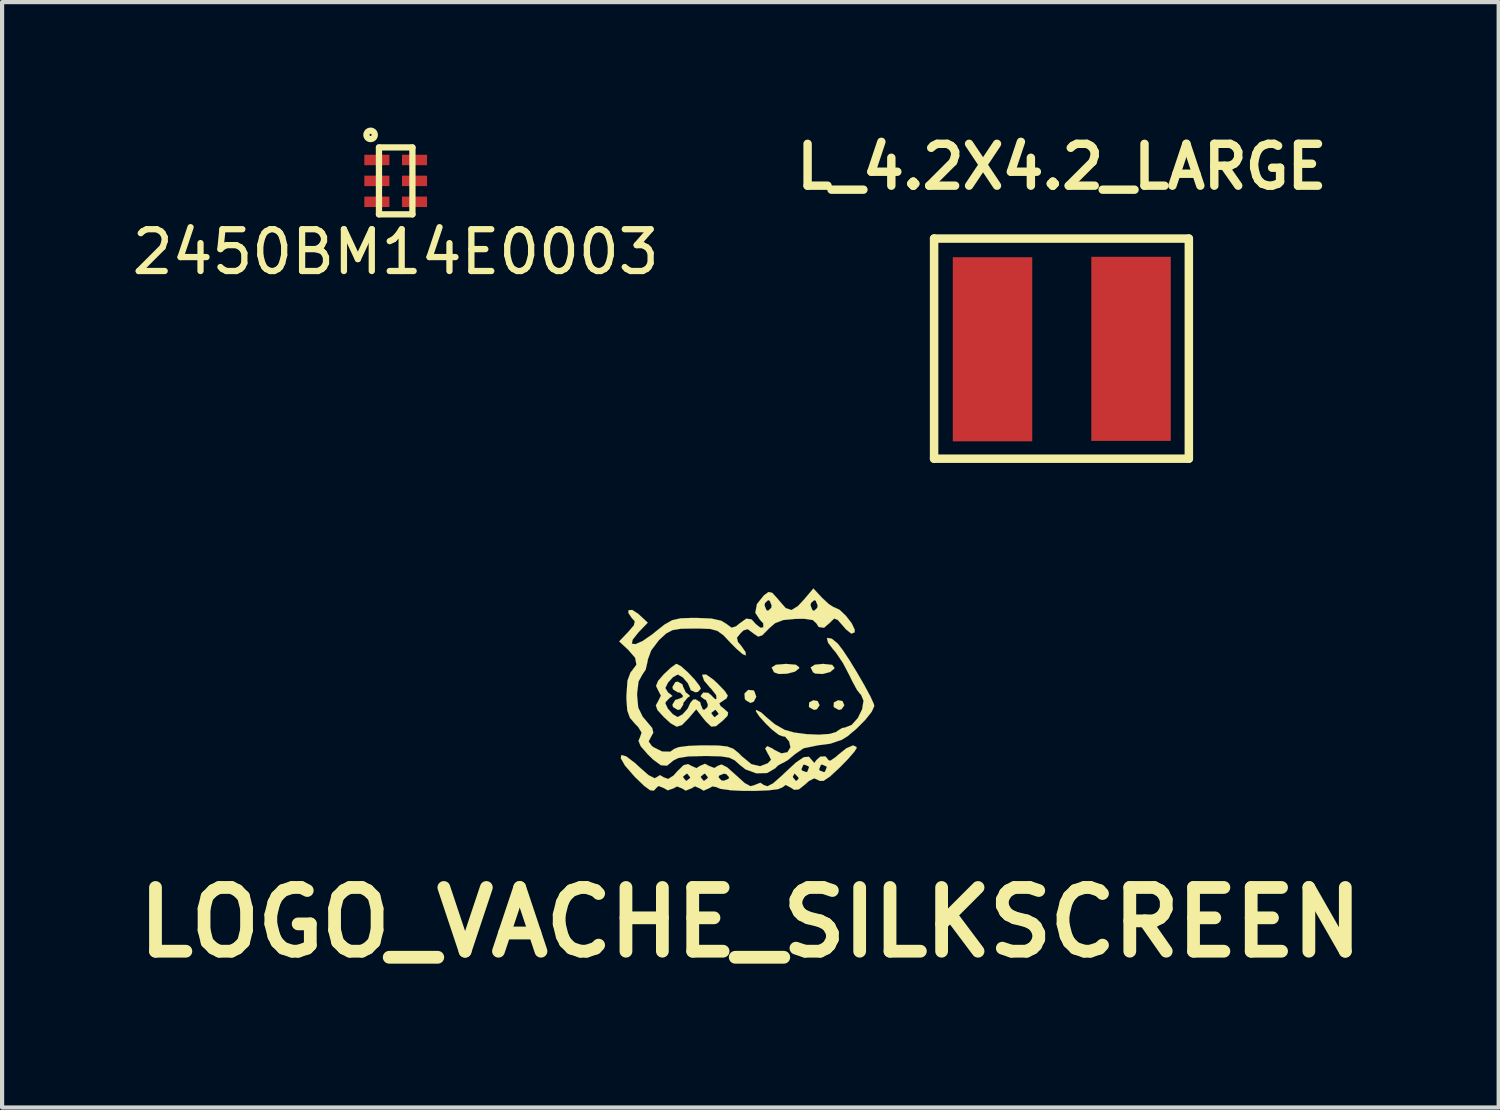
<source format=kicad_pcb>
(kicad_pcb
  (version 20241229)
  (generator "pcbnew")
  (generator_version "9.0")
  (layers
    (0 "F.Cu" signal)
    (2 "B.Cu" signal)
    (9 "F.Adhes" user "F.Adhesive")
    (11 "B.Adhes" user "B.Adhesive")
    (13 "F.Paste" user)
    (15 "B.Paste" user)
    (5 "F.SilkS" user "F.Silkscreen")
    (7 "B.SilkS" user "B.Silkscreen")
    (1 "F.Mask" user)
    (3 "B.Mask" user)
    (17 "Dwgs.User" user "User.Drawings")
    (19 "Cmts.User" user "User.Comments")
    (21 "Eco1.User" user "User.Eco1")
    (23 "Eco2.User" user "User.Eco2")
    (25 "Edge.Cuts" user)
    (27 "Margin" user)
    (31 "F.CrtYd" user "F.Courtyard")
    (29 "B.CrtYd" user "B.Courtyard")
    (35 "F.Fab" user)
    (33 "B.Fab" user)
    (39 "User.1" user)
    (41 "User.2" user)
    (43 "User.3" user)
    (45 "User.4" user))
  (footprint "LOGO_VACHE_SILKSCREEN"
    (layer "F.Cu")
    (at 14.892 13.586)
    (property "Reference" "LOGO_VACHE_SILKSCREEN" (at 0 5.418 0) (layer "F.SilkS") (effects (font (size 1.524 1.524) (thickness 0.305))))
    (attr through_hole)
    (fp_poly (pts (xy 1.654 0.226) (xy 1.59 0.32) (xy 1.524 0.338) (xy 1.412 0.277) (xy 1.4 0.259) (xy 1.405 0.16) (xy 1.506 0.107) (xy 1.608 0.127) (xy 1.654 0.226)) (stroke (width 0.003) (type solid)) (fill yes) (layer "F.SilkS"))
    (fp_poly (pts (xy 2.245 0.226) (xy 2.182 0.32) (xy 2.116 0.338) (xy 2.004 0.277) (xy 1.991 0.259) (xy 1.996 0.16) (xy 2.098 0.107) (xy 2.202 0.127) (xy 2.245 0.226)) (stroke (width 0.003) (type solid)) (fill yes) (layer "F.SilkS"))
    (fp_poly (pts (xy 0.14 0.023) (xy 0.079 0.142) (xy 0 0.17) (xy -0.109 0.107) (xy -0.132 0.076) (xy -0.142 -0.053) (xy -0.053 -0.14) (xy 0.069 -0.13) (xy 0.094 -0.109) (xy 0.14 0.023)) (stroke (width 0.003) (type solid)) (fill yes) (layer "F.SilkS"))
    (fp_poly (pts (xy 1.166 -0.681) (xy 1.163 -0.655) (xy 1.064 -0.577) (xy 0.874 -0.528) (xy 0.681 -0.521) (xy 0.566 -0.561) (xy 0.508 -0.676) (xy 0.61 -0.742) (xy 0.853 -0.762) (xy 1.087 -0.742) (xy 1.166 -0.681)) (stroke (width 0.003) (type solid)) (fill yes) (layer "F.SilkS"))
    (fp_poly (pts (xy 2.012 -0.665) (xy 2.009 -0.655) (xy 1.908 -0.569) (xy 1.725 -0.521) (xy 1.552 -0.531) (xy 1.499 -0.561) (xy 1.44 -0.678) (xy 1.542 -0.744) (xy 1.742 -0.762) (xy 1.956 -0.739) (xy 2.012 -0.665)) (stroke (width 0.003) (type solid)) (fill yes) (layer "F.SilkS"))
    (fp_poly (pts (xy -1.443 0.005) (xy -1.504 0.048) (xy -1.603 0.168) (xy -1.61 0.218) (xy -1.679 0.325) (xy -1.737 0.338) (xy -1.849 0.269) (xy -1.864 0.211) (xy -1.796 0.099) (xy -1.737 0.084) (xy -1.623 0.038) (xy -1.61 0) (xy -1.679 -0.076) (xy -1.737 -0.084) (xy -1.849 -0.152) (xy -1.864 -0.211) (xy -1.796 -0.325) (xy -1.737 -0.338) (xy -1.626 -0.274) (xy -1.61 -0.218) (xy -1.544 -0.079) (xy -1.504 -0.051) (xy -1.443 0.005)) (stroke (width 0.003) (type solid)) (fill yes) (layer "F.SilkS"))
    (fp_poly (pts (xy -0.533 0.399) (xy -0.546 0.478) (xy -0.658 0.592) (xy -0.762 0.676) (xy -0.762 0.424) (xy -0.828 0.34) (xy -0.848 0.338) (xy -0.93 0.404) (xy -0.932 0.424) (xy -0.869 0.505) (xy -0.848 0.508) (xy -0.765 0.442) (xy -0.762 0.424) (xy -0.762 0.676) (xy -0.82 0.726) (xy -0.935 0.737) (xy -1.062 0.617) (xy -1.123 0.544) (xy -1.295 0.323) (xy -1.483 0.544) (xy -1.638 0.701) (xy -1.763 0.739) (xy -1.91 0.655) (xy -2.07 0.508) (xy -2.223 0.34) (xy -2.261 0.229) (xy -2.207 0.132) (xy -2.139 -0.003) (xy -2.205 -0.13) (xy -2.256 -0.236) (xy -2.207 -0.356) (xy -2.073 -0.511) (xy -1.905 -0.668) (xy -1.783 -0.757) (xy -1.76 -0.762) (xy -1.656 -0.704) (xy -1.496 -0.561) (xy -1.333 -0.389) (xy -1.214 -0.234) (xy -1.186 -0.168) (xy -1.255 -0.094) (xy -1.313 -0.084) (xy -1.427 -0.135) (xy -1.44 -0.175) (xy -1.496 -0.302) (xy -1.615 -0.439) (xy -1.732 -0.508) (xy -1.737 -0.508) (xy -1.849 -0.447) (xy -1.971 -0.315) (xy -2.032 -0.188) (xy -2.032 -0.183) (xy -1.968 -0.076) (xy -1.928 -0.051) (xy -1.864 0.005) (xy -1.928 0.048) (xy -2.024 0.147) (xy -2.032 0.183) (xy -1.976 0.305) (xy -1.857 0.439) (xy -1.742 0.508) (xy -1.737 0.508) (xy -1.623 0.445) (xy -1.501 0.31) (xy -1.44 0.18) (xy -1.44 0.175) (xy -1.372 0.094) (xy -1.313 0.084) (xy -1.201 0.152) (xy -1.186 0.211) (xy -1.14 0.325) (xy -1.102 0.338) (xy -1.026 0.269) (xy -1.016 0.211) (xy -1.062 0.099) (xy -1.102 0.084) (xy -1.184 0.02) (xy -1.186 0) (xy -1.128 -0.076) (xy -1.008 -0.071) (xy -0.914 0.008) (xy -0.909 0.02) (xy -0.838 0.084) (xy -0.808 0.069) (xy -0.82 -0.02) (xy -0.935 -0.165) (xy -0.973 -0.203) (xy -1.107 -0.363) (xy -1.151 -0.49) (xy -1.146 -0.505) (xy -1.057 -0.508) (xy -0.889 -0.389) (xy -0.782 -0.29) (xy -0.607 -0.107) (xy -0.541 -0.003) (xy -0.572 0.064) (xy -0.632 0.104) (xy -0.744 0.18) (xy -0.714 0.246) (xy -0.635 0.307) (xy -0.533 0.399)) (stroke (width 0.003) (type solid)) (fill yes) (layer "F.SilkS"))
    (fp_poly (pts (xy 2.54 1.252) (xy 2.482 1.341) (xy 2.337 1.509) (xy 2.134 1.717) (xy 1.9 1.933) (xy 1.826 1.981) (xy 1.826 1.712) (xy 1.814 1.687) (xy 1.712 1.643) (xy 1.684 1.656) (xy 1.643 1.758) (xy 1.654 1.786) (xy 1.758 1.826) (xy 1.783 1.816) (xy 1.826 1.712) (xy 1.826 1.981) (xy 1.748 2.035) (xy 1.651 2.035) (xy 1.626 2.017) (xy 1.524 1.974) (xy 1.402 2.037) (xy 1.402 1.712) (xy 1.392 1.687) (xy 1.288 1.643) (xy 1.262 1.656) (xy 1.219 1.758) (xy 1.232 1.786) (xy 1.333 1.826) (xy 1.361 1.816) (xy 1.402 1.712) (xy 1.402 2.037) (xy 1.387 2.047) (xy 1.316 2.113) (xy 1.158 2.238) (xy 1.156 2.238) (xy 1.156 1.979) (xy 1.143 1.948) (xy 1.067 1.867) (xy 1.052 1.862) (xy 1.016 1.928) (xy 1.016 1.948) (xy 1.079 2.029) (xy 1.105 2.032) (xy 1.156 1.979) (xy 1.156 2.238) (xy 1.046 2.248) (xy 0.968 2.197) (xy 0.843 2.131) (xy 0.77 2.187) (xy 0.66 2.233) (xy 0.432 2.261) (xy 0.132 2.273) (xy -0.193 2.273) (xy -0.49 2.258) (xy -0.508 2.253) (xy -0.508 1.948) (xy -0.577 1.872) (xy -0.635 1.862) (xy -0.749 1.908) (xy -0.762 1.948) (xy -0.696 2.022) (xy -0.635 2.032) (xy -0.523 1.986) (xy -0.508 1.948) (xy -0.508 2.253) (xy -0.716 2.225) (xy -0.818 2.182) (xy -0.909 2.167) (xy -0.986 2.21) (xy -1.016 2.223) (xy -1.016 1.948) (xy -1.082 1.864) (xy -1.102 1.862) (xy -1.184 1.928) (xy -1.186 1.948) (xy -1.123 2.029) (xy -1.102 2.032) (xy -1.019 1.966) (xy -1.016 1.948) (xy -1.016 2.223) (xy -1.12 2.268) (xy -1.204 2.217) (xy -1.326 2.164) (xy -1.417 2.217) (xy -1.44 2.225) (xy -1.44 1.948) (xy -1.506 1.864) (xy -1.524 1.862) (xy -1.608 1.928) (xy -1.61 1.948) (xy -1.544 2.029) (xy -1.524 2.032) (xy -1.443 1.966) (xy -1.44 1.948) (xy -1.44 2.225) (xy -1.547 2.268) (xy -1.628 2.217) (xy -1.753 2.167) (xy -1.836 2.212) (xy -1.976 2.261) (xy -2.068 2.207) (xy -2.195 2.156) (xy -2.243 2.197) (xy -2.309 2.268) (xy -2.398 2.258) (xy -2.54 2.154) (xy -2.761 1.941) (xy -2.786 1.913) (xy -3.002 1.664) (xy -3.099 1.491) (xy -3.084 1.415) (xy -2.967 1.45) (xy -2.756 1.61) (xy -2.667 1.694) (xy -2.436 1.897) (xy -2.289 1.971) (xy -2.248 1.951) (xy -2.162 1.897) (xy -2.07 1.951) (xy -1.966 1.989) (xy -1.839 1.908) (xy -1.75 1.808) (xy -1.598 1.659) (xy -1.488 1.633) (xy -1.422 1.671) (xy -1.29 1.73) (xy -1.204 1.676) (xy -1.085 1.626) (xy -0.993 1.676) (xy -0.861 1.727) (xy -0.777 1.674) (xy -0.688 1.643) (xy -0.551 1.714) (xy -0.343 1.9) (xy -0.135 2.088) (xy 0.003 2.162) (xy 0.102 2.136) (xy 0.107 2.131) (xy 0.239 2.08) (xy 0.323 2.136) (xy 0.409 2.164) (xy 0.541 2.095) (xy 0.747 1.915) (xy 0.828 1.836) (xy 1.095 1.59) (xy 1.278 1.468) (xy 1.4 1.458) (xy 1.473 1.544) (xy 1.529 1.608) (xy 1.572 1.544) (xy 1.671 1.455) (xy 1.796 1.45) (xy 1.862 1.532) (xy 1.862 1.539) (xy 1.913 1.552) (xy 2.042 1.463) (xy 2.098 1.412) (xy 2.299 1.252) (xy 2.456 1.186) (xy 2.535 1.224) (xy 2.54 1.252)) (stroke (width 0.003) (type solid)) (fill yes) (layer "F.SilkS"))
    (fp_poly (pts (xy 2.962 0.244) (xy 2.901 0.381) (xy 2.746 0.577) (xy 2.537 0.787) (xy 2.322 0.968) (xy 2.182 1.054) (xy 1.908 1.146) (xy 1.613 1.184) (xy 1.608 1.186) (xy 1.27 1.255) (xy 1.064 1.397) (xy 0.897 1.537) (xy 0.78 1.605) (xy 0.767 1.608) (xy 0.66 1.666) (xy 0.592 1.735) (xy 0.399 1.847) (xy 0.142 1.854) (xy -0.117 1.76) (xy -0.254 1.651) (xy -0.376 1.542) (xy -0.511 1.478) (xy -0.711 1.448) (xy -1.021 1.44) (xy -1.107 1.44) (xy -1.486 1.45) (xy -1.725 1.488) (xy -1.854 1.554) (xy -1.864 1.567) (xy -1.994 1.671) (xy -2.139 1.661) (xy -2.327 1.524) (xy -2.454 1.4) (xy -2.624 1.204) (xy -2.675 1.077) (xy -2.639 0.991) (xy -2.601 0.881) (xy -2.682 0.747) (xy -2.753 0.676) (xy -2.88 0.528) (xy -2.944 0.351) (xy -2.964 0.081) (xy -2.964 -0.005) (xy -2.939 -0.363) (xy -2.863 -0.566) (xy -2.837 -0.592) (xy -2.725 -0.744) (xy -2.756 -0.909) (xy -2.924 -1.102) (xy -3.137 -1.3) (xy -2.921 -1.527) (xy -2.786 -1.684) (xy -2.764 -1.781) (xy -2.835 -1.859) (xy -2.918 -1.981) (xy -2.913 -2.047) (xy -2.824 -2.052) (xy -2.68 -1.958) (xy -2.659 -1.938) (xy -2.454 -1.748) (xy -2.675 -1.519) (xy -2.817 -1.339) (xy -2.835 -1.245) (xy -2.748 -1.234) (xy -2.578 -1.308) (xy -2.347 -1.468) (xy -2.289 -1.516) (xy -2.055 -1.702) (xy -1.872 -1.806) (xy -1.671 -1.852) (xy -1.384 -1.862) (xy -1.306 -1.862) (xy -0.935 -1.847) (xy -0.693 -1.793) (xy -0.579 -1.722) (xy -0.45 -1.628) (xy -0.345 -1.659) (xy -0.269 -1.722) (xy -0.099 -1.844) (xy 0.028 -1.826) (xy 0.13 -1.714) (xy 0.241 -1.626) (xy 0.31 -1.638) (xy 0.307 -1.732) (xy 0.224 -1.821) (xy 0.117 -1.986) (xy 0.157 -2.195) (xy 0.325 -2.403) (xy 0.434 -2.482) (xy 0.523 -2.461) (xy 0.648 -2.324) (xy 0.676 -2.289) (xy 0.843 -2.098) (xy 0.983 -2.05) (xy 1.138 -2.146) (xy 1.28 -2.299) (xy 1.506 -2.565) (xy 1.714 -2.342) (xy 1.875 -2.192) (xy 1.991 -2.118) (xy 2.004 -2.116) (xy 2.131 -2.057) (xy 2.283 -1.913) (xy 2.421 -1.735) (xy 2.494 -1.58) (xy 2.492 -1.516) (xy 2.413 -1.486) (xy 2.283 -1.59) (xy 2.225 -1.659) (xy 2.088 -1.814) (xy 2.004 -1.847) (xy 1.925 -1.773) (xy 1.913 -1.758) (xy 1.76 -1.626) (xy 1.631 -1.646) (xy 1.608 -1.684) (xy 1.608 -2.159) (xy 1.562 -2.273) (xy 1.524 -2.286) (xy 1.448 -2.217) (xy 1.438 -2.159) (xy 1.483 -2.047) (xy 1.524 -2.032) (xy 1.598 -2.101) (xy 1.608 -2.159) (xy 1.608 -1.684) (xy 1.577 -1.732) (xy 1.491 -1.811) (xy 1.288 -1.841) (xy 1.082 -1.839) (xy 0.787 -1.811) (xy 0.592 -1.737) (xy 0.508 -1.666) (xy 0.508 -2.159) (xy 0.462 -2.273) (xy 0.422 -2.286) (xy 0.348 -2.217) (xy 0.338 -2.159) (xy 0.384 -2.047) (xy 0.422 -2.032) (xy 0.498 -2.101) (xy 0.508 -2.159) (xy 0.508 -1.666) (xy 0.427 -1.593) (xy 0.427 -1.59) (xy 0.282 -1.445) (xy 0.185 -1.415) (xy 0.079 -1.486) (xy 0.064 -1.499) (xy -0.064 -1.593) (xy -0.163 -1.565) (xy -0.231 -1.501) (xy -0.323 -1.387) (xy -0.297 -1.285) (xy -0.216 -1.189) (xy -0.117 -1.046) (xy -0.109 -0.965) (xy -0.185 -0.996) (xy -0.335 -1.125) (xy -0.47 -1.262) (xy -0.645 -1.448) (xy -0.79 -1.552) (xy -0.96 -1.598) (xy -1.219 -1.608) (xy -1.349 -1.608) (xy -1.661 -1.603) (xy -1.862 -1.57) (xy -2.012 -1.491) (xy -2.167 -1.349) (xy -2.187 -1.331) (xy -2.372 -1.085) (xy -2.456 -0.856) (xy -2.456 -0.833) (xy -2.504 -0.625) (xy -2.583 -0.508) (xy -2.675 -0.34) (xy -2.71 -0.051) (xy -2.71 -0.015) (xy -2.682 0.282) (xy -2.576 0.5) (xy -2.487 0.605) (xy -2.347 0.772) (xy -2.322 0.884) (xy -2.372 0.973) (xy -2.433 1.092) (xy -2.36 1.196) (xy -2.322 1.227) (xy -2.108 1.333) (xy -1.915 1.336) (xy -1.821 1.27) (xy -1.717 1.229) (xy -1.488 1.199) (xy -1.181 1.186) (xy -1.113 1.186) (xy -0.775 1.189) (xy -0.556 1.212) (xy -0.409 1.267) (xy -0.282 1.369) (xy -0.213 1.44) (xy 0.025 1.636) (xy 0.234 1.684) (xy 0.417 1.613) (xy 0.495 1.529) (xy 0.437 1.415) (xy 0.427 1.402) (xy 0.353 1.26) (xy 0.404 1.204) (xy 0.536 1.265) (xy 0.569 1.293) (xy 0.742 1.377) (xy 0.886 1.349) (xy 0.958 1.232) (xy 0.927 1.092) (xy 0.831 0.978) (xy 0.77 0.968) (xy 0.681 0.935) (xy 0.516 0.808) (xy 0.376 0.673) (xy 0.213 0.493) (xy 0.132 0.371) (xy 0.137 0.338) (xy 0.254 0.396) (xy 0.389 0.518) (xy 0.584 0.681) (xy 0.82 0.815) (xy 1.049 0.879) (xy 1.339 0.917) (xy 1.638 0.93) (xy 1.895 0.912) (xy 2.052 0.866) (xy 2.073 0.846) (xy 2.195 0.77) (xy 2.256 0.762) (xy 2.423 0.696) (xy 2.57 0.531) (xy 2.672 0.32) (xy 2.705 0.117) (xy 2.644 -0.028) (xy 2.626 -0.041) (xy 2.548 -0.142) (xy 2.436 -0.348) (xy 2.367 -0.49) (xy 2.217 -0.777) (xy 2.045 -1.034) (xy 1.976 -1.113) (xy 1.857 -1.27) (xy 1.831 -1.374) (xy 1.841 -1.384) (xy 1.948 -1.364) (xy 2.09 -1.247) (xy 2.212 -1.087) (xy 2.375 -0.841) (xy 2.553 -0.549) (xy 2.725 -0.251) (xy 2.865 0.008) (xy 2.949 0.191) (xy 2.962 0.244)) (stroke (width 0.003) (type solid)) (fill yes) (layer "F.SilkS")))
  (footprint "L_4.2X4.2_LARGE"
    (layer "F.Cu")
    (at 22.342 5.296)
    (property "Reference" "L_4.2X4.2_LARGE" (at -0.005 -4.359 0) (layer "F.SilkS") (effects (font (size 1.001 1.001) (thickness 0.201))))
    (attr through_hole)
    (fp_line (start -3.058 -2.642) (end 3.033 -2.642) (stroke (width 0.203) (type solid)) (layer "F.SilkS"))
    (fp_line (start -3.058 2.621) (end -3.058 -2.642) (stroke (width 0.203) (type solid)) (layer "F.SilkS"))
    (fp_line (start 3.033 -2.642) (end 3.033 2.621) (stroke (width 0.203) (type solid)) (layer "F.SilkS"))
    (fp_line (start 3.033 2.621) (end -3.058 2.621) (stroke (width 0.203) (type solid)) (layer "F.SilkS"))
    (pad "1" smd rect (at -1.661 0.005) (size 1.9 4.402) (layers "F.Cu" "F.Mask" "F.Paste"))
    (pad "2" smd rect (at 1.651 -0.005) (size 1.9 4.402) (layers "F.Cu" "F.Mask" "F.Paste")))
  (footprint "2450BM14E0003"
    (layer "F.Cu")
    (at 6.411 1.275)
    (property "Reference" "2450BM14E0003" (at 0 1.7 0) (layer "F.SilkS") (effects (font (size 1 1) (thickness 0.15))))
    (attr smd)
    (fp_line (start -0.4 -0.8) (end -0.4 0.8) (stroke (width 0.15) (type solid)) (layer "F.SilkS"))
    (fp_line (start -0.4 0.8) (end 0.4 0.8) (stroke (width 0.15) (type solid)) (layer "F.SilkS"))
    (fp_line (start 0.4 -0.8) (end -0.4 -0.8) (stroke (width 0.15) (type solid)) (layer "F.SilkS"))
    (fp_line (start 0.4 0.8) (end 0.4 -0.8) (stroke (width 0.15) (type solid)) (layer "F.SilkS"))
    (fp_circle (center -0.6 -1.1) (end -0.6 -1) (stroke (width 0.15) (type solid)) (fill no) (layer "F.SilkS"))
    (pad "1" smd rect (at -0.45 -0.5) (size 0.6 0.25) (layers "F.Cu" "F.Mask" "F.Paste"))
    (pad "2" smd rect (at -0.45 0) (size 0.6 0.25) (layers "F.Cu" "F.Mask" "F.Paste"))
    (pad "3" smd rect (at -0.45 0.5) (size 0.6 0.25) (layers "F.Cu" "F.Mask" "F.Paste"))
    (pad "4" smd rect (at 0.45 0.5) (size 0.6 0.25) (layers "F.Cu" "F.Mask" "F.Paste"))
    (pad "5" smd rect (at 0.45 0) (size 0.6 0.25) (layers "F.Cu" "F.Mask" "F.Paste"))
    (pad "6" smd rect (at 0.45 -0.5) (size 0.6 0.25) (layers "F.Cu" "F.Mask" "F.Paste")))
  (gr_rect
    (start -3 -3)
    (end 32.783 23.43)
    (stroke (width 0.1) (type default))
    (fill no)
    (layer "Edge.Cuts")))
</source>
